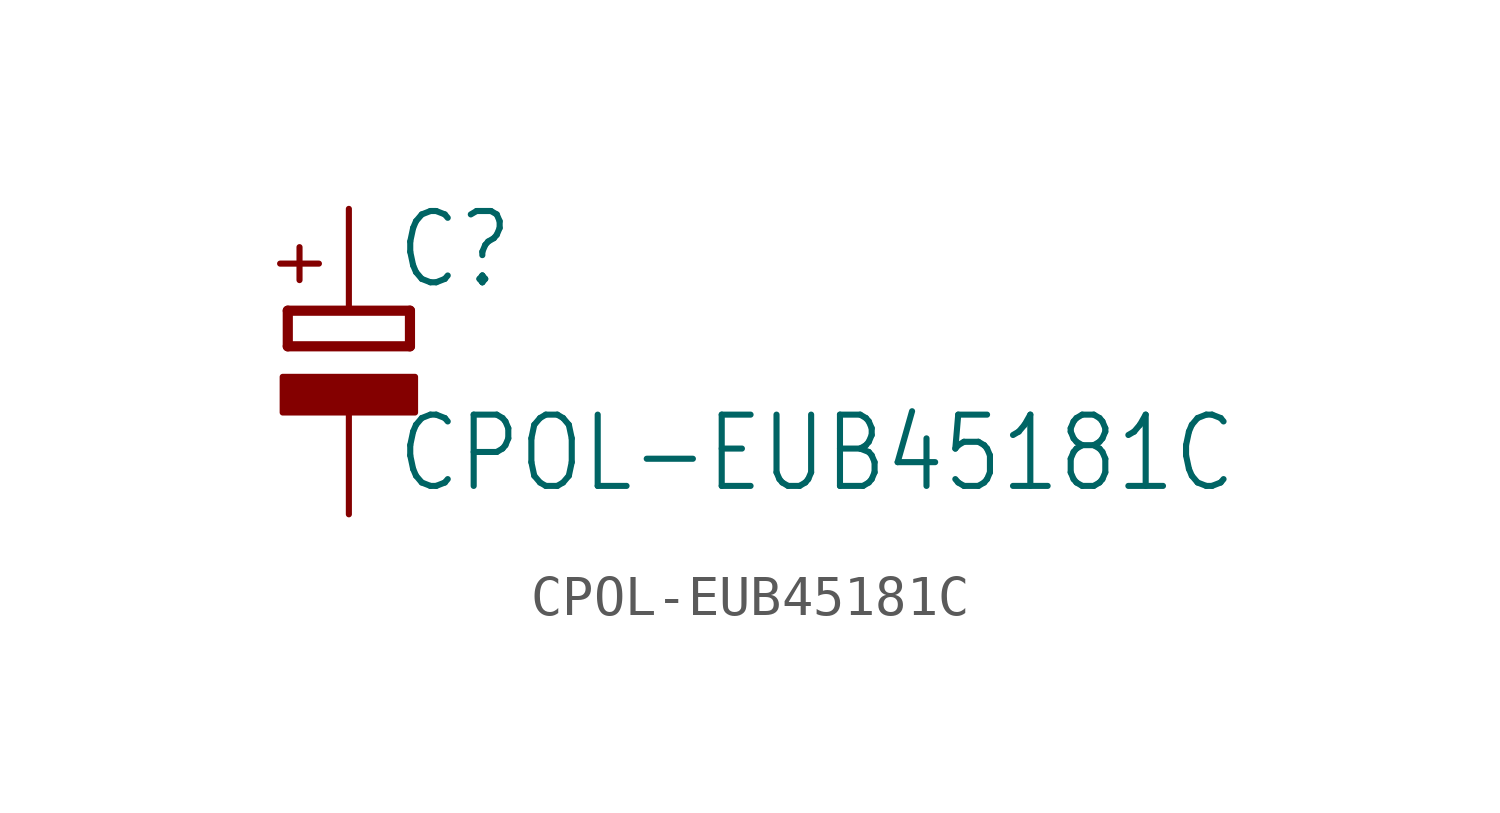
<source format=kicad_sym>
(kicad_symbol_lib
  (version 20220914)
  (generator kicad_symbol_editor)
  (symbol "CPOL-EUB45181C"
    (property "Reference" "C"
      (at 1.143 0.483 0)
      (effects (font (size 1.778 1.511)) (justify left bottom)))
    (property "Value" "CPOL-EUB45181C"
      (at 1.143 -4.597 0)
      (effects (font (size 1.778 1.511)) (justify left bottom)))
    (property "ki_locked" ""
      (at 0 0 0)
      (effects (font (size 1.27 1.27))))
    (symbol "CPOL-EUB45181C_1_0"
      (rectangle (start -1.651 -2.54) (end 1.651 -1.651) (stroke (width 0) (type default)) (fill (type outline)))
      (polyline (pts (xy -1.524 -0.889) (xy 1.524 -0.889)) (stroke (width 0.254) (type default)) (fill (type none)))
      (polyline (pts (xy -1.524 0) (xy -1.524 -0.889)) (stroke (width 0.254) (type default)) (fill (type none)))
      (polyline (pts (xy -1.524 0) (xy 1.524 0)) (stroke (width 0.254) (type default)) (fill (type none)))
      (polyline (pts (xy 1.524 -0.889) (xy 1.524 0)) (stroke (width 0.254) (type default)) (fill (type none)))
      (text "+" (at -0.584 0.406 900) (effects (font (size 1.27 1.079)) (justify left bottom)))
      (pin passive line (at 0 2.54 270) (length 2.54) (name "+" (effects (font (size 0 0)))) (number "+" (effects (font (size 0 0)))))
      (pin passive line (at 0 -5.08 90) (length 2.54) (name "-" (effects (font (size 0 0)))) (number "-" (effects (font (size 0 0))))))))
</source>
